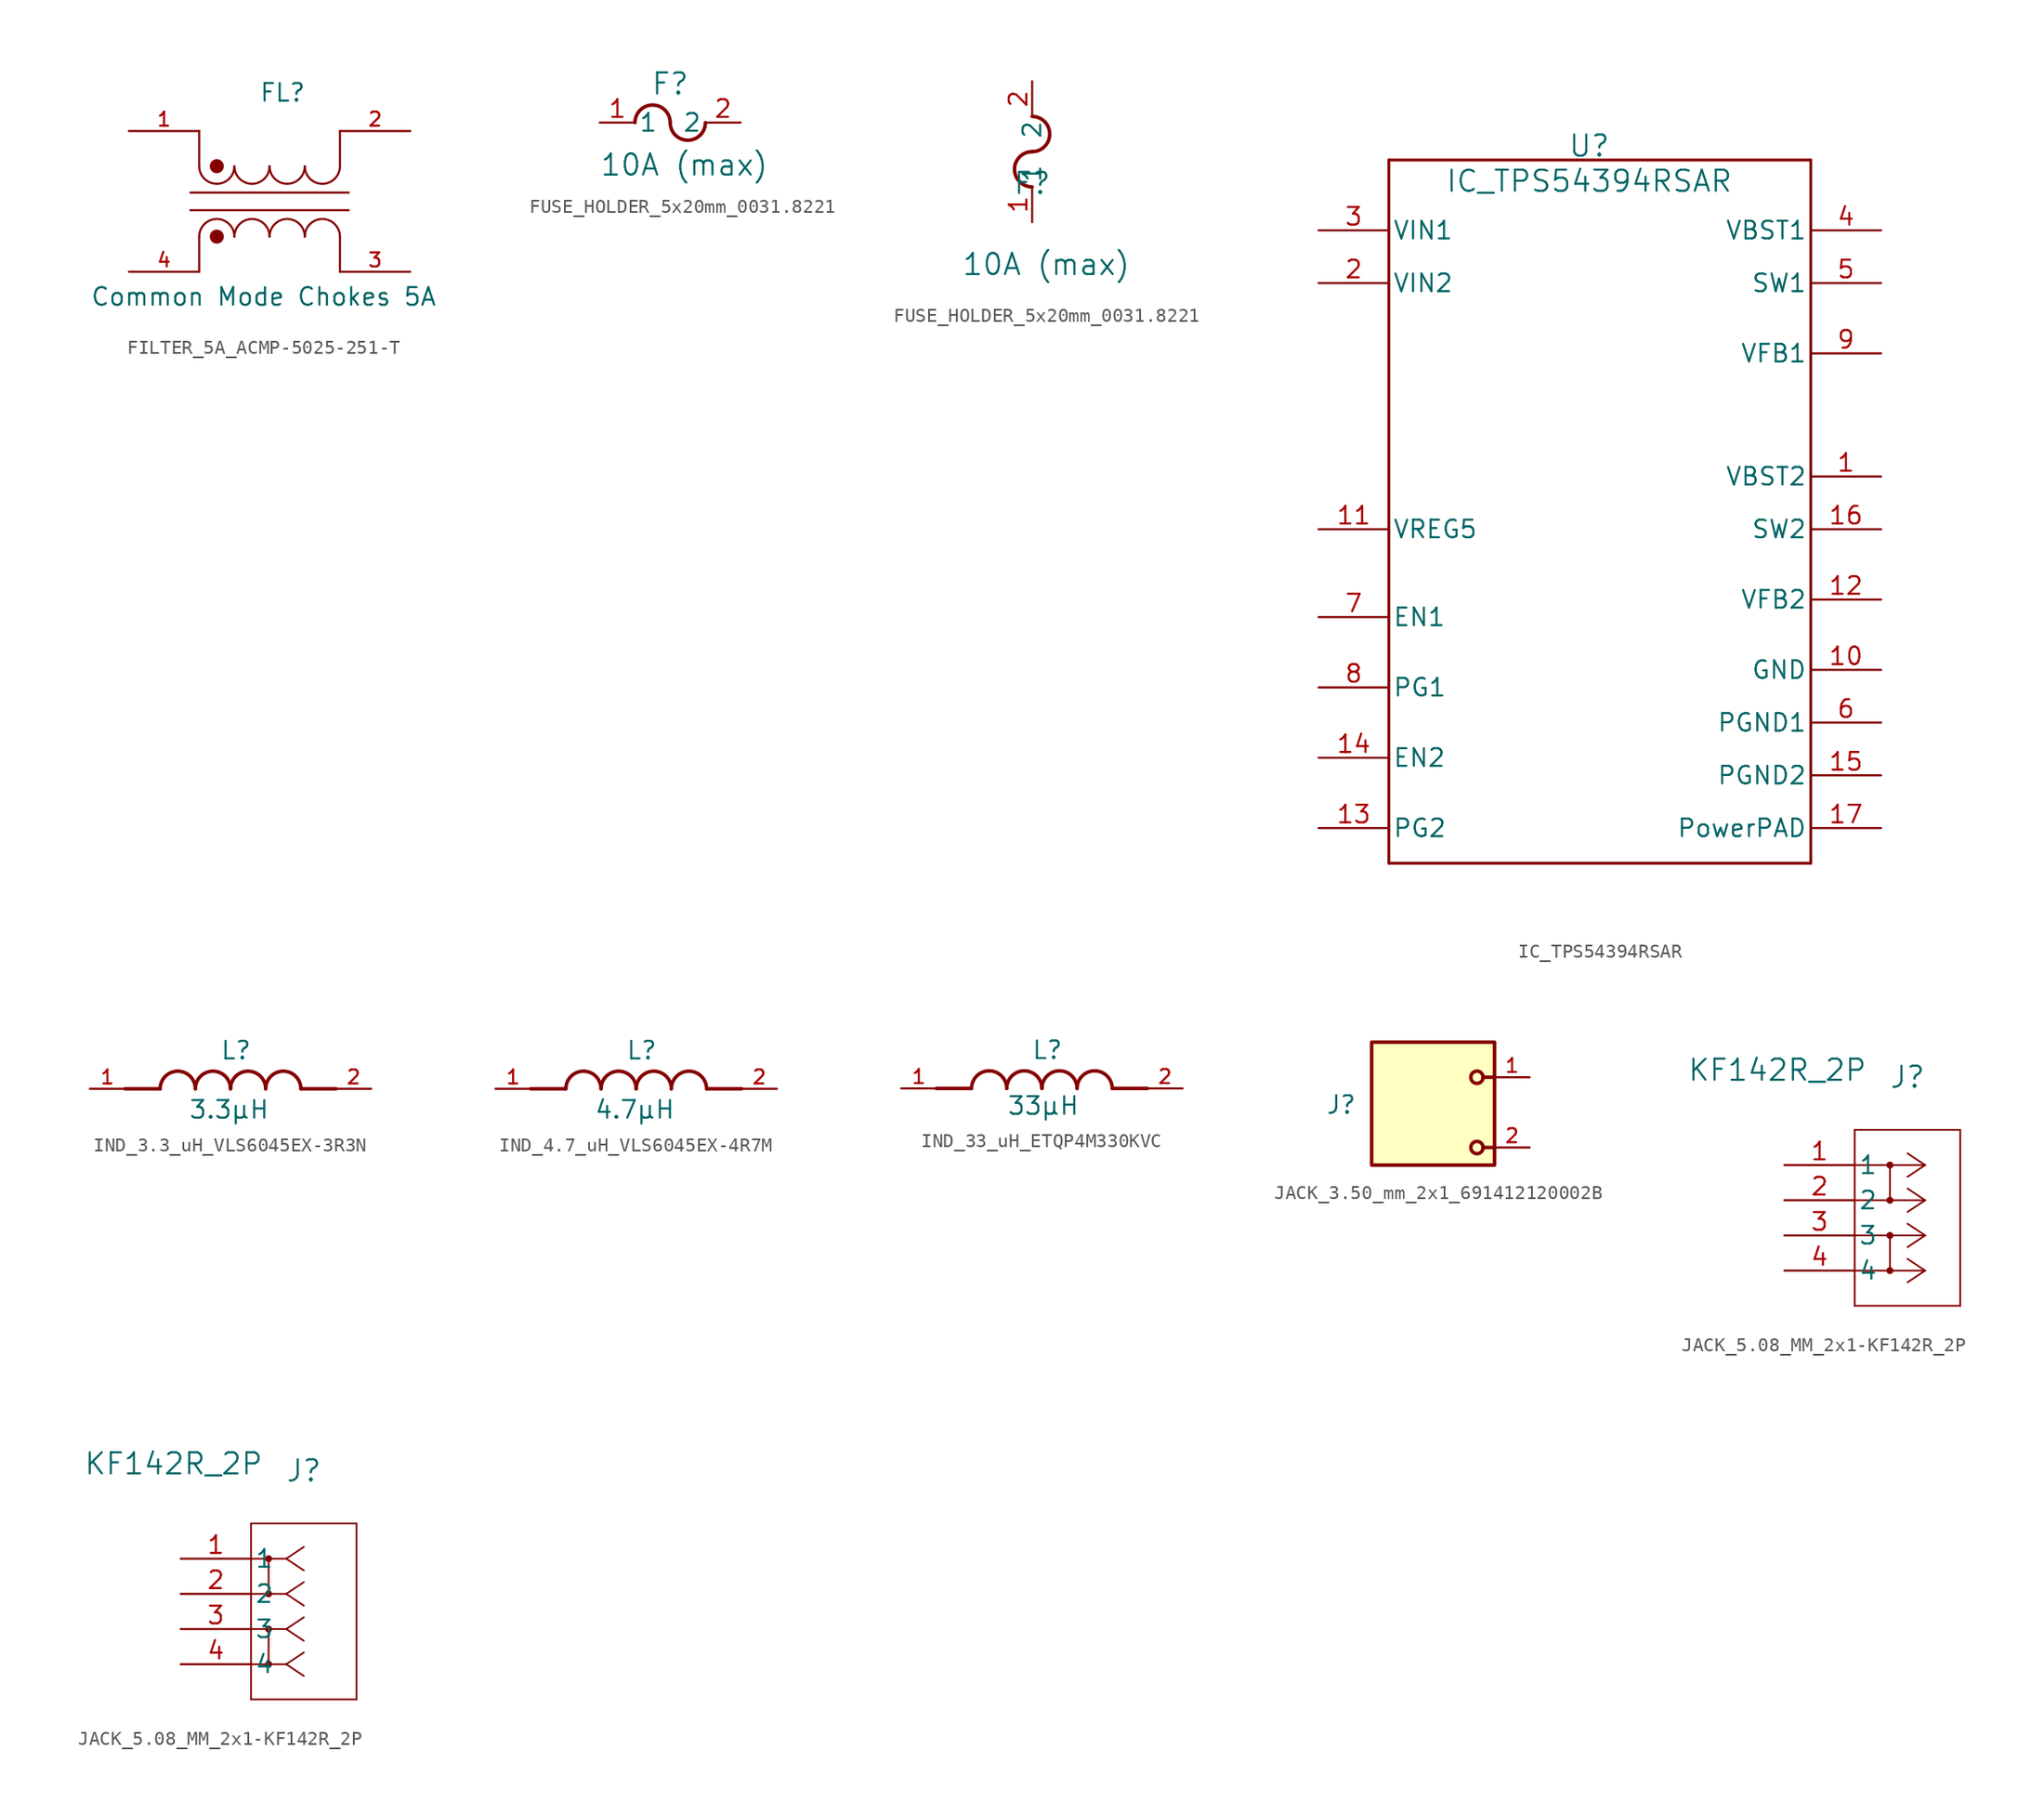
<source format=kicad_sym>
(kicad_symbol_lib
  (version 20231120)
  (generator "kicad_symbol_editor")
  (generator_version "8.0")
  (symbol "FILTER_5A_ACMP-5025-251-T"
    (pin_names
      (offset 1.016))
    (property "Reference" "FL"
      (at -0.762 7.112 0)
      (effects (font (size 1.27 1.27)) (justify left bottom)))
    (property "Value" "Common Mode Chokes 5A"
      (at -12.954 -7.62 0)
      (effects (font (size 1.27 1.27)) (justify left bottom)))
    (symbol "FILTER_5A_ACMP-5025-251-T_0_0"
      (arc (start -5.08 2.54) (mid -3.81 1.2755) (end -2.54 2.54) (stroke (width 0.1524) (type default)) (fill (type none)))
      (circle (center -3.81 -2.54) (radius 0.254) (stroke (width 0.508) (type default)) (fill (type none)))
      (circle (center -3.81 2.54) (radius 0.254) (stroke (width 0.508) (type default)) (fill (type none)))
      (arc (start -2.54 -2.54) (mid -3.81 -1.2755) (end -5.08 -2.54) (stroke (width 0.1524) (type default)) (fill (type none)))
      (arc (start -2.54 2.54) (mid -1.27 1.2755) (end 0 2.54) (stroke (width 0.1524) (type default)) (fill (type none)))
      (arc (start 0 -2.54) (mid -1.27 -1.2755) (end -2.54 -2.54) (stroke (width 0.1524) (type default)) (fill (type none)))
      (polyline (pts (xy -5.715 -0.635) (xy 5.715 -0.635)) (stroke (width 0.152) (type default)) (fill (type none)))
      (polyline (pts (xy -5.715 0.635) (xy 5.715 0.635)) (stroke (width 0.152) (type default)) (fill (type none)))
      (polyline (pts (xy -5.08 -2.54) (xy -5.08 -5.08)) (stroke (width 0.152) (type default)) (fill (type none)))
      (polyline (pts (xy -5.08 2.54) (xy -5.08 5.08)) (stroke (width 0.152) (type default)) (fill (type none)))
      (polyline (pts (xy 5.08 -2.54) (xy 5.08 -5.08)) (stroke (width 0.152) (type default)) (fill (type none)))
      (polyline (pts (xy 5.08 2.54) (xy 5.08 5.08)) (stroke (width 0.152) (type default)) (fill (type none)))
      (arc (start 0 2.54) (mid 1.27 1.2755) (end 2.54 2.54) (stroke (width 0.1524) (type default)) (fill (type none)))
      (arc (start 2.54 -2.54) (mid 1.27 -1.2755) (end 0 -2.54) (stroke (width 0.1524) (type default)) (fill (type none)))
      (arc (start 2.54 2.54) (mid 3.81 1.2755) (end 5.08 2.54) (stroke (width 0.1524) (type default)) (fill (type none)))
      (arc (start 5.08 -2.54) (mid 3.81 -1.2755) (end 2.54 -2.54) (stroke (width 0.1524) (type default)) (fill (type none)))
      (pin passive line (at -10.16 5.08 0) (length 5.08) (name "~" (effects (font (size 1.016 1.016)))) (number "1" (effects (font (size 1.016 1.016)))))
      (pin passive line (at 10.16 5.08 180) (length 5.08) (name "~" (effects (font (size 1.016 1.016)))) (number "2" (effects (font (size 1.016 1.016)))))
      (pin passive line (at 10.16 -5.08 180) (length 5.08) (name "~" (effects (font (size 1.016 1.016)))) (number "3" (effects (font (size 1.016 1.016)))))
      (pin passive line (at -10.16 -5.08 0) (length 5.08) (name "~" (effects (font (size 1.016 1.016)))) (number "4" (effects (font (size 1.016 1.016)))))))
  (symbol "FUSE_HOLDER_5x20mm_0031.8221"
    (pin_names
      (offset 0.254))
    (property "Reference" "F"
      (at 0 2.794 0)
      (effects (font (size 1.524 1.524))))
    (property "Value" "10A (max)"
      (at 1.016 -3.048 0)
      (effects (font (size 1.524 1.524))))
    (property "ki_locked" ""
      (at 0 0 0)
      (effects (font (size 1.27 1.27))))
    (symbol "FUSE_HOLDER_5x20mm_0031.8221_1_1"
      (arc (start 0 0) (mid -1.27 1.2645) (end -2.54 0) (stroke (width 0.254) (type default)) (fill (type none)))
      (arc (start 0 0) (mid 1.27 -1.2645) (end 2.54 0) (stroke (width 0.254) (type default)) (fill (type none)))
      (pin unspecified line (at -5.08 0 0) (length 2.54) (name "1" (effects (font (size 1.27 1.27)))) (number "1" (effects (font (size 1.27 1.27)))))
      (pin unspecified line (at 5.08 0 180) (length 2.54) (name "2" (effects (font (size 1.27 1.27)))) (number "2" (effects (font (size 1.27 1.27))))))
    (symbol "FUSE_HOLDER_5x20mm_0031.8221_1_2"
      (arc (start 0 5.08) (mid -1.2645 3.81) (end 0 2.54) (stroke (width 0.254) (type default)) (fill (type none)))
      (arc (start 0 5.08) (mid 1.2645 6.35) (end 0 7.62) (stroke (width 0.254) (type default)) (fill (type none)))
      (pin unspecified line (at 0 0 90) (length 2.54) (name "1" (effects (font (size 1.27 1.27)))) (number "1" (effects (font (size 1.27 1.27)))))
      (pin unspecified line (at 0 10.16 270) (length 2.54) (name "2" (effects (font (size 1.27 1.27)))) (number "2" (effects (font (size 1.27 1.27)))))))
  (symbol "IC_TPS54394RSAR"
    (pin_names
      (offset 0.254))
    (property "Reference" "U"
      (at 19.558 6.096 0)
      (effects (font (size 1.524 1.524))))
    (property "Value" "IC_TPS54394RSAR"
      (at 19.558 3.556 0)
      (effects (font (size 1.524 1.524))))
    (property "ki_locked" ""
      (at 0 0 0)
      (effects (font (size 1.27 1.27))))
    (symbol "IC_TPS54394RSAR_0_1"
      (polyline (pts (xy 5.08 -45.72) (xy 35.56 -45.72)) (stroke (width 0.203) (type default)) (fill (type none)))
      (polyline (pts (xy 5.08 5.08) (xy 5.08 -45.72)) (stroke (width 0.203) (type default)) (fill (type none)))
      (polyline (pts (xy 35.56 -45.72) (xy 35.56 5.08)) (stroke (width 0.203) (type default)) (fill (type none)))
      (polyline (pts (xy 35.56 5.08) (xy 5.08 5.08)) (stroke (width 0.203) (type default)) (fill (type none)))
      (pin unspecified line (at 40.64 -17.78 180) (length 5.08) (name "VBST2" (effects (font (size 1.27 1.27)))) (number "1" (effects (font (size 1.27 1.27)))))
      (pin unspecified line (at 0 -21.59 0) (length 5.08) (name "VREG5" (effects (font (size 1.27 1.27)))) (number "11" (effects (font (size 1.27 1.27)))))
      (pin unspecified line (at 40.64 -26.67 180) (length 5.08) (name "VFB2" (effects (font (size 1.27 1.27)))) (number "12" (effects (font (size 1.27 1.27)))))
      (pin open_collector line (at 0 -43.18 0) (length 5.08) (name "PG2" (effects (font (size 1.27 1.27)))) (number "13" (effects (font (size 1.27 1.27)))))
      (pin input line (at 0 -38.1 0) (length 5.08) (name "EN2" (effects (font (size 1.27 1.27)))) (number "14" (effects (font (size 1.27 1.27)))))
      (pin power_in line (at 40.64 -39.37 180) (length 5.08) (name "PGND2" (effects (font (size 1.27 1.27)))) (number "15" (effects (font (size 1.27 1.27)))))
      (pin unspecified line (at 40.64 -21.59 180) (length 5.08) (name "SW2" (effects (font (size 1.27 1.27)))) (number "16" (effects (font (size 1.27 1.27)))))
      (pin unspecified line (at 40.64 -43.18 180) (length 5.08) (name "PowerPAD" (effects (font (size 1.27 1.27)))) (number "17" (effects (font (size 1.27 1.27)))))
      (pin power_in line (at 0 -3.81 0) (length 5.08) (name "VIN2" (effects (font (size 1.27 1.27)))) (number "2" (effects (font (size 1.27 1.27)))))
      (pin power_in line (at 0 0 0) (length 5.08) (name "VIN1" (effects (font (size 1.27 1.27)))) (number "3" (effects (font (size 1.27 1.27)))))
      (pin unspecified line (at 40.64 0 180) (length 5.08) (name "VBST1" (effects (font (size 1.27 1.27)))) (number "4" (effects (font (size 1.27 1.27)))))
      (pin unspecified line (at 40.64 -3.81 180) (length 5.08) (name "SW1" (effects (font (size 1.27 1.27)))) (number "5" (effects (font (size 1.27 1.27)))))
      (pin power_in line (at 40.64 -35.56 180) (length 5.08) (name "PGND1" (effects (font (size 1.27 1.27)))) (number "6" (effects (font (size 1.27 1.27)))))
      (pin input line (at 0 -27.94 0) (length 5.08) (name "EN1" (effects (font (size 1.27 1.27)))) (number "7" (effects (font (size 1.27 1.27)))))
      (pin open_collector line (at 0 -33.02 0) (length 5.08) (name "PG1" (effects (font (size 1.27 1.27)))) (number "8" (effects (font (size 1.27 1.27)))))
      (pin unspecified line (at 40.64 -8.89 180) (length 5.08) (name "VFB1" (effects (font (size 1.27 1.27)))) (number "9" (effects (font (size 1.27 1.27))))))
    (symbol "IC_TPS54394RSAR_1_1"
      (pin power_in line (at 40.64 -31.75 180) (length 5.08) (name "GND" (effects (font (size 1.27 1.27)))) (number "10" (effects (font (size 1.27 1.27)))))))
  (symbol "IND_3.3_uH_VLS6045EX-3R3N"
    (pin_names
      (offset 1.016))
    (property "Reference" "L"
      (at -0.762 2.032 0)
      (effects (font (size 1.27 1.27)) (justify left bottom)))
    (property "Value" "3.3µH"
      (at -3.048 -0.762 0)
      (effects (font (size 1.27 1.27)) (justify left top)))
    (symbol "IND_3.3_uH_VLS6045EX-3R3N_0_0"
      (arc (start -2.54 0) (mid -3.81 1.2645) (end -5.08 0) (stroke (width 0.254) (type default)) (fill (type none)))
      (arc (start 0 0) (mid -1.27 1.2645) (end -2.54 0) (stroke (width 0.254) (type default)) (fill (type none)))
      (polyline (pts (xy -5.08 0) (xy -7.62 0)) (stroke (width 0.254) (type default)) (fill (type none)))
      (polyline (pts (xy 5.08 0) (xy 7.62 0)) (stroke (width 0.254) (type default)) (fill (type none)))
      (arc (start 2.54 0) (mid 1.27 1.2645) (end 0 0) (stroke (width 0.254) (type default)) (fill (type none)))
      (arc (start 5.08 0) (mid 3.81 1.2645) (end 2.54 0) (stroke (width 0.254) (type default)) (fill (type none))))
    (symbol "IND_3.3_uH_VLS6045EX-3R3N_1_0"
      (pin passive line (at -10.16 0 0) (length 2.54) (name "~" (effects (font (size 1.016 1.016)))) (number "1" (effects (font (size 1.016 1.016)))))
      (pin passive line (at 10.16 0 180) (length 2.54) (name "~" (effects (font (size 1.016 1.016)))) (number "2" (effects (font (size 1.016 1.016)))))))
  (symbol "IND_4.7_uH_VLS6045EX-4R7M"
    (pin_names
      (offset 1.016))
    (property "Reference" "L"
      (at -0.762 2.032 0)
      (effects (font (size 1.27 1.27)) (justify left bottom)))
    (property "Value" "4.7µH"
      (at -3.048 -0.762 0)
      (effects (font (size 1.27 1.27)) (justify left top)))
    (symbol "IND_4.7_uH_VLS6045EX-4R7M_0_0"
      (arc (start -2.54 0) (mid -3.81 1.2645) (end -5.08 0) (stroke (width 0.254) (type default)) (fill (type none)))
      (arc (start 0 0) (mid -1.27 1.2645) (end -2.54 0) (stroke (width 0.254) (type default)) (fill (type none)))
      (polyline (pts (xy -5.08 0) (xy -7.62 0)) (stroke (width 0.254) (type default)) (fill (type none)))
      (polyline (pts (xy 5.08 0) (xy 7.62 0)) (stroke (width 0.254) (type default)) (fill (type none)))
      (arc (start 2.54 0) (mid 1.27 1.2645) (end 0 0) (stroke (width 0.254) (type default)) (fill (type none)))
      (arc (start 5.08 0) (mid 3.81 1.2645) (end 2.54 0) (stroke (width 0.254) (type default)) (fill (type none))))
    (symbol "IND_4.7_uH_VLS6045EX-4R7M_1_0"
      (pin passive line (at -10.16 0 0) (length 2.54) (name "~" (effects (font (size 1.016 1.016)))) (number "1" (effects (font (size 1.016 1.016)))))
      (pin passive line (at 10.16 0 180) (length 2.54) (name "~" (effects (font (size 1.016 1.016)))) (number "2" (effects (font (size 1.016 1.016)))))))
  (symbol "IND_33_uH_ETQP4M330KVC"
    (pin_names
      (offset 1.016))
    (property "Reference" "L"
      (at -0.762 2.032 0)
      (effects (font (size 1.27 1.27)) (justify left bottom)))
    (property "Value" "33µH"
      (at -2.54 -0.508 0)
      (effects (font (size 1.27 1.27)) (justify left top)))
    (symbol "IND_33_uH_ETQP4M330KVC_0_0"
      (arc (start -2.54 0) (mid -3.81 1.2645) (end -5.08 0) (stroke (width 0.254) (type default)) (fill (type none)))
      (arc (start 0 0) (mid -1.27 1.2645) (end -2.54 0) (stroke (width 0.254) (type default)) (fill (type none)))
      (polyline (pts (xy -5.08 0) (xy -7.62 0)) (stroke (width 0.254) (type default)) (fill (type none)))
      (polyline (pts (xy 5.08 0) (xy 7.62 0)) (stroke (width 0.254) (type default)) (fill (type none)))
      (arc (start 2.54 0) (mid 1.27 1.2645) (end 0 0) (stroke (width 0.254) (type default)) (fill (type none)))
      (arc (start 5.08 0) (mid 3.81 1.2645) (end 2.54 0) (stroke (width 0.254) (type default)) (fill (type none))))
    (symbol "IND_33_uH_ETQP4M330KVC_1_0"
      (pin passive line (at -10.16 0 0) (length 2.54) (name "~" (effects (font (size 1.016 1.016)))) (number "1" (effects (font (size 1.016 1.016)))))
      (pin passive line (at 10.16 0 180) (length 2.54) (name "~" (effects (font (size 1.016 1.016)))) (number "2" (effects (font (size 1.016 1.016)))))))
  (symbol "JACK_3.50_mm_2x1_691412120002B"
    (pin_names
      (offset 1.016))
    (property "Reference" "J"
      (at -4.88 1.078 0)
      (effects (font (size 1.27 1.27)) (justify right bottom)))
    (symbol "JACK_3.50_mm_2x1_691412120002B_0_0"
      (rectangle (start -3.81 6.35) (end 5.08 -2.54) (stroke (width 0.254) (type default)) (fill (type background)))
      (polyline (pts (xy 4.245 -1.27) (xy 5.08 -1.27)) (stroke (width 0.254) (type default)) (fill (type none)))
      (polyline (pts (xy 4.245 3.81) (xy 5.08 3.81)) (stroke (width 0.254) (type default)) (fill (type none)))
      (circle (center 3.81 -1.27) (radius 0.445) (stroke (width 0.254) (type default)) (fill (type none)))
      (circle (center 3.81 3.81) (radius 0.445) (stroke (width 0.254) (type default)) (fill (type none)))
      (pin passive line (at 7.62 3.81 180) (length 2.54) (name "~" (effects (font (size 1.016 1.016)))) (number "1" (effects (font (size 1.016 1.016)))))
      (pin passive line (at 7.62 -1.27 180) (length 2.54) (name "~" (effects (font (size 1.016 1.016)))) (number "2" (effects (font (size 1.016 1.016)))))))
  (symbol "JACK_5.08_MM_2x1-KF142R_2P"
    (pin_names
      (offset 0.254))
    (property "Reference" "J"
      (at 8.89 6.35 0)
      (effects (font (size 1.524 1.524))))
    (property "Value" "KF142R_2P"
      (at -0.508 6.858 0)
      (effects (font (size 1.524 1.524))))
    (property "ki_locked" ""
      (at 0 0 0)
      (effects (font (size 1.27 1.27))))
    (symbol "JACK_5.08_MM_2x1-KF142R_2P_1_1"
      (polyline (pts (xy 5.08 -10.16) (xy 12.7 -10.16)) (stroke (width 0.127) (type default)) (fill (type none)))
      (polyline (pts (xy 5.08 2.54) (xy 5.08 -10.16)) (stroke (width 0.127) (type default)) (fill (type none)))
      (polyline (pts (xy 7.62 -5.08) (xy 7.62 -7.62)) (stroke (width 0.127) (type default)) (fill (type none)))
      (polyline (pts (xy 7.62 0) (xy 7.62 -2.54)) (stroke (width 0.127) (type default)) (fill (type none)))
      (polyline (pts (xy 10.16 -7.62) (xy 5.08 -7.62)) (stroke (width 0.127) (type default)) (fill (type none)))
      (polyline (pts (xy 10.16 -7.62) (xy 8.89 -8.467)) (stroke (width 0.127) (type default)) (fill (type none)))
      (polyline (pts (xy 10.16 -7.62) (xy 8.89 -6.773)) (stroke (width 0.127) (type default)) (fill (type none)))
      (polyline (pts (xy 10.16 -5.08) (xy 5.08 -5.08)) (stroke (width 0.127) (type default)) (fill (type none)))
      (polyline (pts (xy 10.16 -5.08) (xy 8.89 -5.927)) (stroke (width 0.127) (type default)) (fill (type none)))
      (polyline (pts (xy 10.16 -5.08) (xy 8.89 -4.233)) (stroke (width 0.127) (type default)) (fill (type none)))
      (polyline (pts (xy 10.16 -2.54) (xy 5.08 -2.54)) (stroke (width 0.127) (type default)) (fill (type none)))
      (polyline (pts (xy 10.16 -2.54) (xy 8.89 -3.387)) (stroke (width 0.127) (type default)) (fill (type none)))
      (polyline (pts (xy 10.16 -2.54) (xy 8.89 -1.693)) (stroke (width 0.127) (type default)) (fill (type none)))
      (polyline (pts (xy 10.16 0) (xy 5.08 0)) (stroke (width 0.127) (type default)) (fill (type none)))
      (polyline (pts (xy 10.16 0) (xy 8.89 -0.847)) (stroke (width 0.127) (type default)) (fill (type none)))
      (polyline (pts (xy 10.16 0) (xy 8.89 0.847)) (stroke (width 0.127) (type default)) (fill (type none)))
      (polyline (pts (xy 12.7 -10.16) (xy 12.7 2.54)) (stroke (width 0.127) (type default)) (fill (type none)))
      (polyline (pts (xy 12.7 2.54) (xy 5.08 2.54)) (stroke (width 0.127) (type default)) (fill (type none)))
      (circle (center 7.62 -7.62) (radius 0.127) (stroke (width 0.254) (type default)) (fill (type none)))
      (circle (center 7.62 -5.08) (radius 0.127) (stroke (width 0.254) (type default)) (fill (type none)))
      (circle (center 7.62 -2.54) (radius 0.127) (stroke (width 0.254) (type default)) (fill (type none)))
      (circle (center 7.62 0) (radius 0.127) (stroke (width 0.254) (type default)) (fill (type none)))
      (pin unspecified line (at 0 0 0) (length 5.08) (name "1" (effects (font (size 1.27 1.27)))) (number "1" (effects (font (size 1.27 1.27)))))
      (pin unspecified line (at 0 -2.54 0) (length 5.08) (name "2" (effects (font (size 1.27 1.27)))) (number "2" (effects (font (size 1.27 1.27)))))
      (pin unspecified line (at 0 -5.08 0) (length 5.08) (name "3" (effects (font (size 1.27 1.27)))) (number "3" (effects (font (size 1.27 1.27)))))
      (pin unspecified line (at 0 -7.62 0) (length 5.08) (name "4" (effects (font (size 1.27 1.27)))) (number "4" (effects (font (size 1.27 1.27))))))
    (symbol "JACK_5.08_MM_2x1-KF142R_2P_1_2"
      (polyline (pts (xy 5.08 -10.16) (xy 12.7 -10.16)) (stroke (width 0.127) (type default)) (fill (type none)))
      (polyline (pts (xy 5.08 2.54) (xy 5.08 -10.16)) (stroke (width 0.127) (type default)) (fill (type none)))
      (polyline (pts (xy 6.35 -5.08) (xy 6.35 -7.62)) (stroke (width 0.127) (type default)) (fill (type none)))
      (polyline (pts (xy 6.35 0) (xy 6.35 -2.54)) (stroke (width 0.127) (type default)) (fill (type none)))
      (polyline (pts (xy 7.62 -7.62) (xy 5.08 -7.62)) (stroke (width 0.127) (type default)) (fill (type none)))
      (polyline (pts (xy 7.62 -7.62) (xy 8.89 -8.467)) (stroke (width 0.127) (type default)) (fill (type none)))
      (polyline (pts (xy 7.62 -7.62) (xy 8.89 -6.773)) (stroke (width 0.127) (type default)) (fill (type none)))
      (polyline (pts (xy 7.62 -5.08) (xy 5.08 -5.08)) (stroke (width 0.127) (type default)) (fill (type none)))
      (polyline (pts (xy 7.62 -5.08) (xy 8.89 -5.927)) (stroke (width 0.127) (type default)) (fill (type none)))
      (polyline (pts (xy 7.62 -5.08) (xy 8.89 -4.233)) (stroke (width 0.127) (type default)) (fill (type none)))
      (polyline (pts (xy 7.62 -2.54) (xy 5.08 -2.54)) (stroke (width 0.127) (type default)) (fill (type none)))
      (polyline (pts (xy 7.62 -2.54) (xy 8.89 -3.387)) (stroke (width 0.127) (type default)) (fill (type none)))
      (polyline (pts (xy 7.62 -2.54) (xy 8.89 -1.693)) (stroke (width 0.127) (type default)) (fill (type none)))
      (polyline (pts (xy 7.62 0) (xy 5.08 0)) (stroke (width 0.127) (type default)) (fill (type none)))
      (polyline (pts (xy 7.62 0) (xy 8.89 -0.847)) (stroke (width 0.127) (type default)) (fill (type none)))
      (polyline (pts (xy 7.62 0) (xy 8.89 0.847)) (stroke (width 0.127) (type default)) (fill (type none)))
      (polyline (pts (xy 12.7 -10.16) (xy 12.7 2.54)) (stroke (width 0.127) (type default)) (fill (type none)))
      (polyline (pts (xy 12.7 2.54) (xy 5.08 2.54)) (stroke (width 0.127) (type default)) (fill (type none)))
      (circle (center 6.35 -7.62) (radius 0.127) (stroke (width 0.254) (type default)) (fill (type none)))
      (circle (center 6.35 -5.08) (radius 0.127) (stroke (width 0.254) (type default)) (fill (type none)))
      (circle (center 6.35 -2.54) (radius 0.127) (stroke (width 0.254) (type default)) (fill (type none)))
      (circle (center 6.35 0) (radius 0.127) (stroke (width 0.254) (type default)) (fill (type none)))
      (pin unspecified line (at 0 0 0) (length 5.08) (name "1" (effects (font (size 1.27 1.27)))) (number "1" (effects (font (size 1.27 1.27)))))
      (pin unspecified line (at 0 -2.54 0) (length 5.08) (name "2" (effects (font (size 1.27 1.27)))) (number "2" (effects (font (size 1.27 1.27)))))
      (pin unspecified line (at 0 -5.08 0) (length 5.08) (name "3" (effects (font (size 1.27 1.27)))) (number "3" (effects (font (size 1.27 1.27)))))
      (pin unspecified line (at 0 -7.62 0) (length 5.08) (name "4" (effects (font (size 1.27 1.27)))) (number "4" (effects (font (size 1.27 1.27))))))))
</source>
